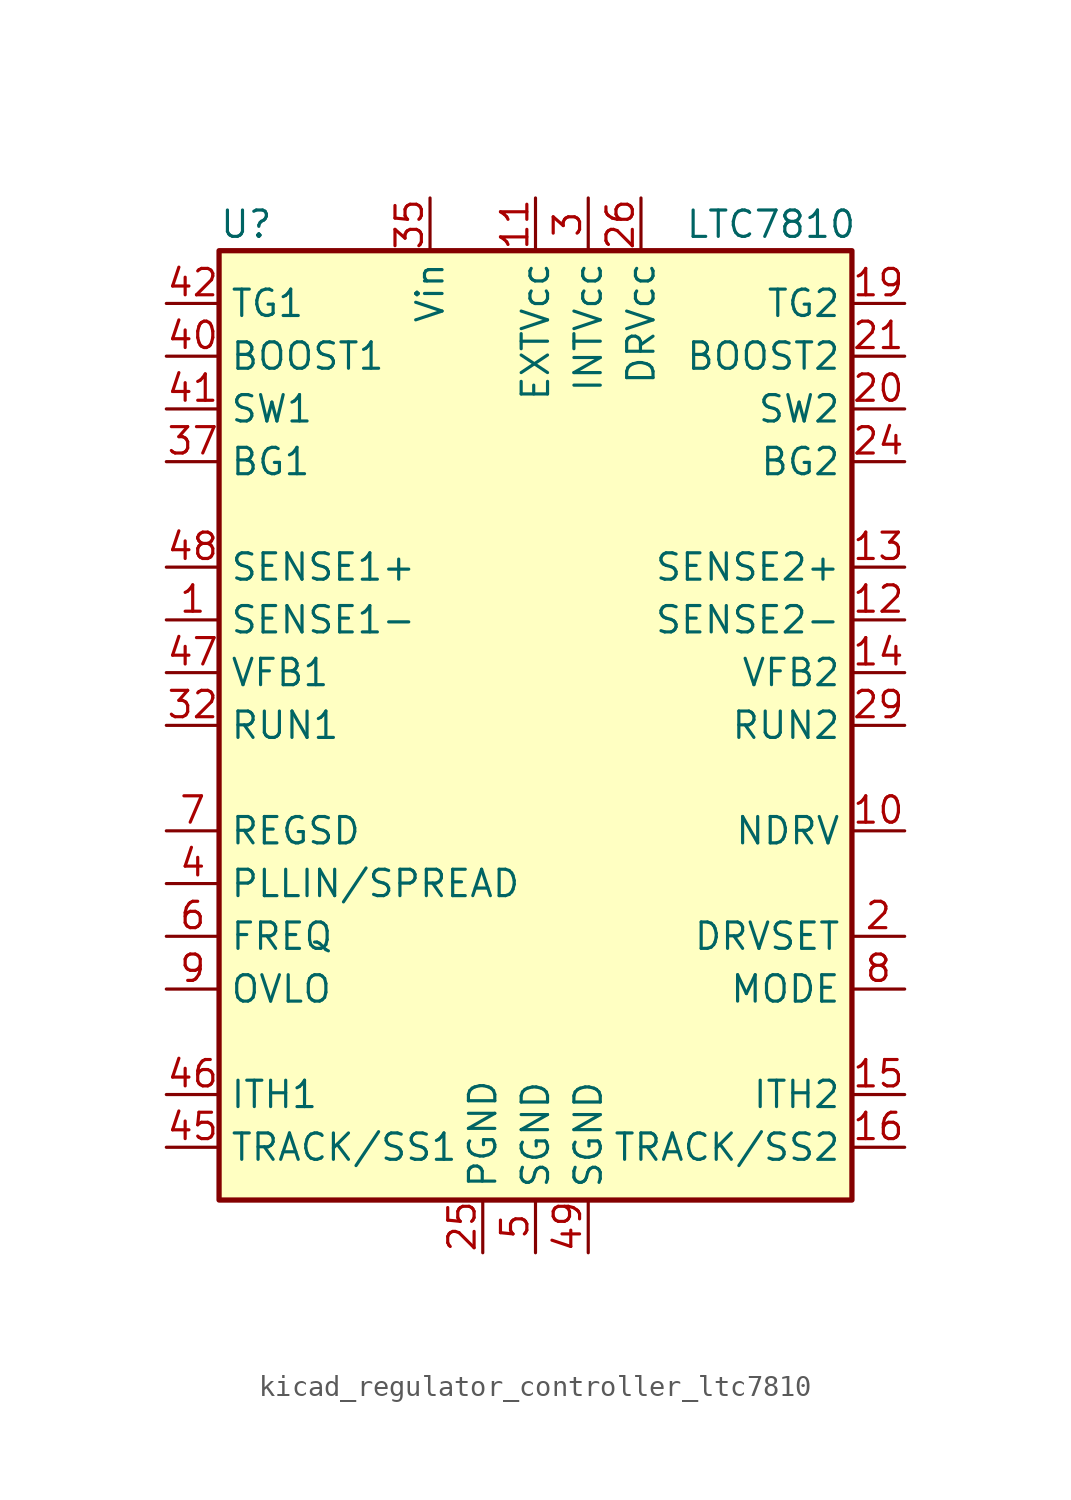
<source format=kicad_sym>
(kicad_symbol_lib
  (version 20220914)
  (generator kicad_symbol_editor)
  (symbol "kicad_regulator_controller_ltc7810"
    (property "Reference" "U"
      (at -15.24 24.13 0)
      (effects (font (size 1.27 1.27)) (justify left)))
    (property "Value" "LTC7810"
      (at 15.494 24.13 0)
      (effects (font (size 1.27 1.27)) (justify right)))
    (symbol "kicad_regulator_controller_ltc7810_0_1"
      (rectangle (start -15.24 22.86) (end 15.24 -22.86) (stroke (width 0.254) (type default)) (fill (type background))))
    (symbol "kicad_regulator_controller_ltc7810_1_1"
      (pin input line (at -17.78 5.08 0) (length 2.54) (name "SENSE1-" (effects (font (size 1.27 1.27)))) (number "1" (effects (font (size 1.27 1.27)))))
      (pin output line (at 17.78 -5.08 180) (length 2.54) (name "NDRV" (effects (font (size 1.27 1.27)))) (number "10" (effects (font (size 1.27 1.27)))))
      (pin power_in line (at 0 25.4 270) (length 2.54) (name "EXTVcc" (effects (font (size 1.27 1.27)))) (number "11" (effects (font (size 1.27 1.27)))))
      (pin input line (at 17.78 5.08 180) (length 2.54) (name "SENSE2-" (effects (font (size 1.27 1.27)))) (number "12" (effects (font (size 1.27 1.27)))))
      (pin input line (at 17.78 7.62 180) (length 2.54) (name "SENSE2+" (effects (font (size 1.27 1.27)))) (number "13" (effects (font (size 1.27 1.27)))))
      (pin input line (at 17.78 2.54 180) (length 2.54) (name "VFB2" (effects (font (size 1.27 1.27)))) (number "14" (effects (font (size 1.27 1.27)))))
      (pin passive line (at 17.78 -17.78 180) (length 2.54) (name "ITH2" (effects (font (size 1.27 1.27)))) (number "15" (effects (font (size 1.27 1.27)))))
      (pin input line (at 17.78 -20.32 180) (length 2.54) (name "TRACK/SS2" (effects (font (size 1.27 1.27)))) (number "16" (effects (font (size 1.27 1.27)))))
      (pin output line (at 17.78 20.32 180) (length 2.54) (name "TG2" (effects (font (size 1.27 1.27)))) (number "19" (effects (font (size 1.27 1.27)))))
      (pin input line (at 17.78 -10.16 180) (length 2.54) (name "DRVSET" (effects (font (size 1.27 1.27)))) (number "2" (effects (font (size 1.27 1.27)))))
      (pin output line (at 17.78 15.24 180) (length 2.54) (name "SW2" (effects (font (size 1.27 1.27)))) (number "20" (effects (font (size 1.27 1.27)))))
      (pin output line (at 17.78 17.78 180) (length 2.54) (name "BOOST2" (effects (font (size 1.27 1.27)))) (number "21" (effects (font (size 1.27 1.27)))))
      (pin output line (at 17.78 12.7 180) (length 2.54) (name "BG2" (effects (font (size 1.27 1.27)))) (number "24" (effects (font (size 1.27 1.27)))))
      (pin power_in line (at -2.54 -25.4 90) (length 2.54) (name "PGND" (effects (font (size 1.27 1.27)))) (number "25" (effects (font (size 1.27 1.27)))))
      (pin power_out line (at 5.08 25.4 270) (length 2.54) (name "DRVcc" (effects (font (size 1.27 1.27)))) (number "26" (effects (font (size 1.27 1.27)))))
      (pin input line (at 17.78 0 180) (length 2.54) (name "RUN2" (effects (font (size 1.27 1.27)))) (number "29" (effects (font (size 1.27 1.27)))))
      (pin power_out line (at 2.54 25.4 270) (length 2.54) (name "INTVcc" (effects (font (size 1.27 1.27)))) (number "3" (effects (font (size 1.27 1.27)))))
      (pin input line (at -17.78 0 0) (length 2.54) (name "RUN1" (effects (font (size 1.27 1.27)))) (number "32" (effects (font (size 1.27 1.27)))))
      (pin power_in line (at -5.08 25.4 270) (length 2.54) (name "Vin" (effects (font (size 1.27 1.27)))) (number "35" (effects (font (size 1.27 1.27)))))
      (pin output line (at -17.78 12.7 0) (length 2.54) (name "BG1" (effects (font (size 1.27 1.27)))) (number "37" (effects (font (size 1.27 1.27)))))
      (pin input line (at -17.78 -7.62 0) (length 2.54) (name "PLLIN/SPREAD" (effects (font (size 1.27 1.27)))) (number "4" (effects (font (size 1.27 1.27)))))
      (pin output line (at -17.78 17.78 0) (length 2.54) (name "BOOST1" (effects (font (size 1.27 1.27)))) (number "40" (effects (font (size 1.27 1.27)))))
      (pin output line (at -17.78 15.24 0) (length 2.54) (name "SW1" (effects (font (size 1.27 1.27)))) (number "41" (effects (font (size 1.27 1.27)))))
      (pin output line (at -17.78 20.32 0) (length 2.54) (name "TG1" (effects (font (size 1.27 1.27)))) (number "42" (effects (font (size 1.27 1.27)))))
      (pin input line (at -17.78 -20.32 0) (length 2.54) (name "TRACK/SS1" (effects (font (size 1.27 1.27)))) (number "45" (effects (font (size 1.27 1.27)))))
      (pin passive line (at -17.78 -17.78 0) (length 2.54) (name "ITH1" (effects (font (size 1.27 1.27)))) (number "46" (effects (font (size 1.27 1.27)))))
      (pin input line (at -17.78 2.54 0) (length 2.54) (name "VFB1" (effects (font (size 1.27 1.27)))) (number "47" (effects (font (size 1.27 1.27)))))
      (pin input line (at -17.78 7.62 0) (length 2.54) (name "SENSE1+" (effects (font (size 1.27 1.27)))) (number "48" (effects (font (size 1.27 1.27)))))
      (pin power_in line (at 2.54 -25.4 90) (length 2.54) (name "SGND" (effects (font (size 1.27 1.27)))) (number "49" (effects (font (size 1.27 1.27)))))
      (pin power_in line (at 0 -25.4 90) (length 2.54) (name "SGND" (effects (font (size 1.27 1.27)))) (number "5" (effects (font (size 1.27 1.27)))))
      (pin input line (at -17.78 -10.16 0) (length 2.54) (name "FREQ" (effects (font (size 1.27 1.27)))) (number "6" (effects (font (size 1.27 1.27)))))
      (pin passive line (at -17.78 -5.08 0) (length 2.54) (name "REGSD" (effects (font (size 1.27 1.27)))) (number "7" (effects (font (size 1.27 1.27)))))
      (pin input line (at 17.78 -12.7 180) (length 2.54) (name "MODE" (effects (font (size 1.27 1.27)))) (number "8" (effects (font (size 1.27 1.27)))))
      (pin input line (at -17.78 -12.7 0) (length 2.54) (name "OVLO" (effects (font (size 1.27 1.27)))) (number "9" (effects (font (size 1.27 1.27))))))))
</source>
